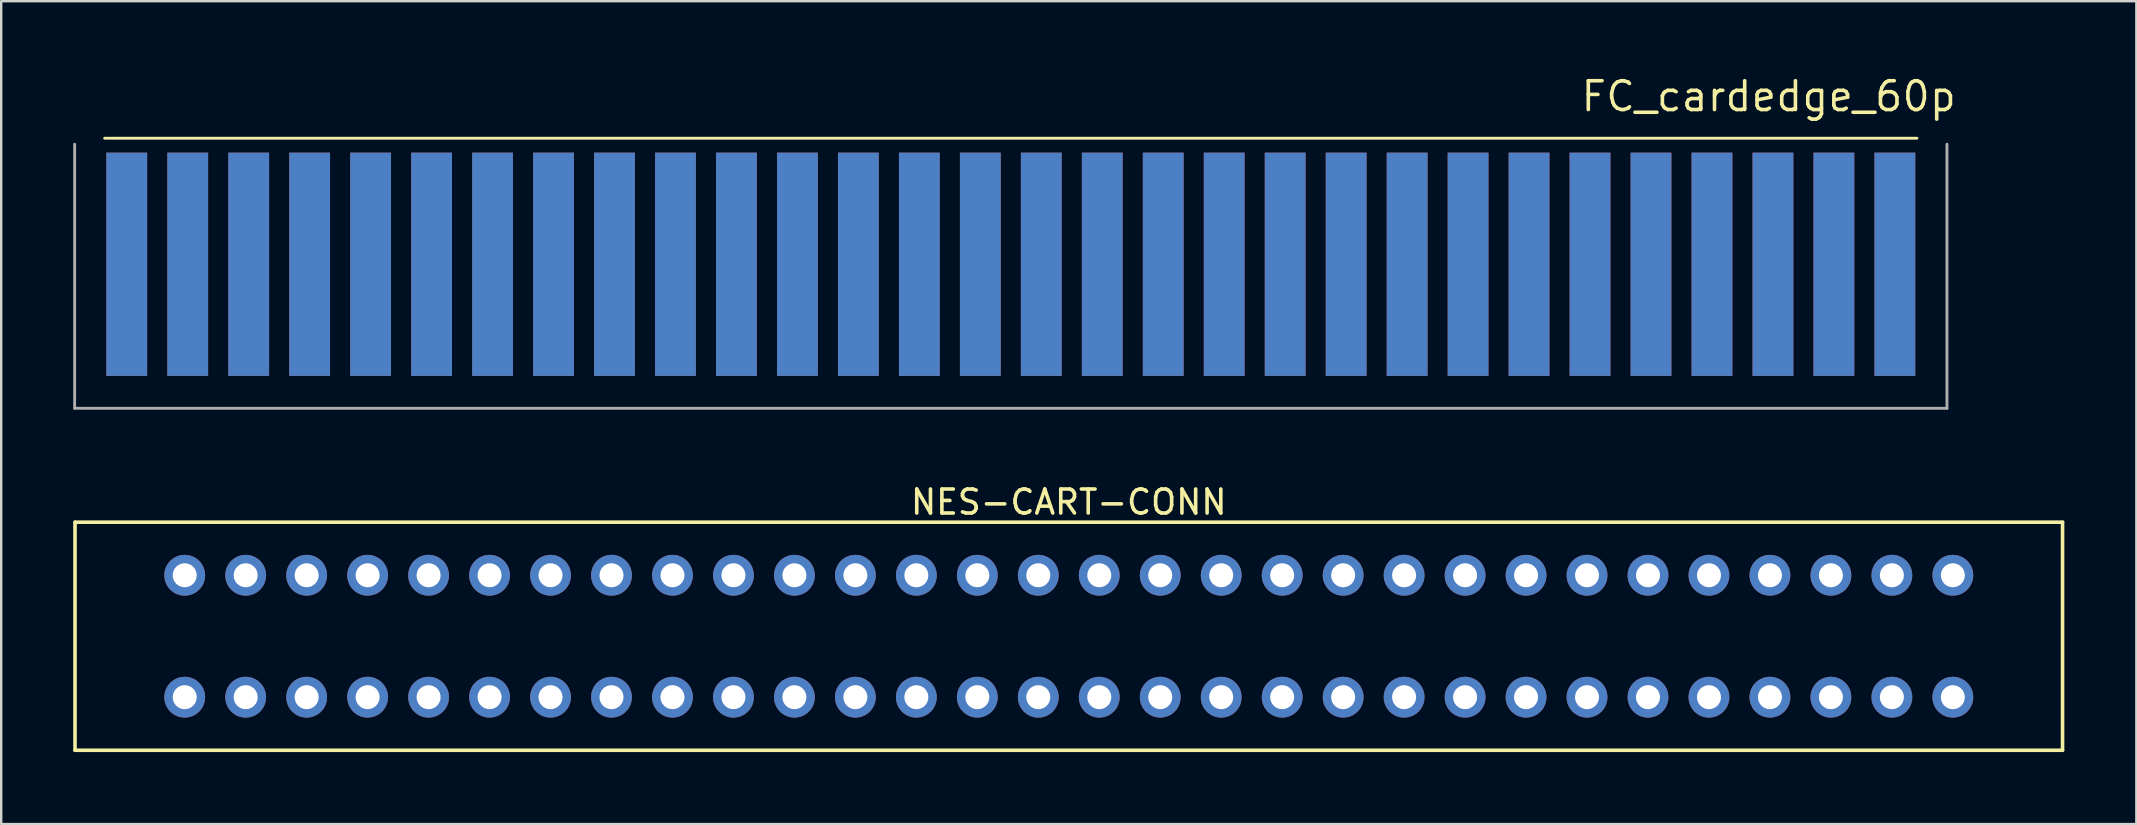
<source format=kicad_pcb>
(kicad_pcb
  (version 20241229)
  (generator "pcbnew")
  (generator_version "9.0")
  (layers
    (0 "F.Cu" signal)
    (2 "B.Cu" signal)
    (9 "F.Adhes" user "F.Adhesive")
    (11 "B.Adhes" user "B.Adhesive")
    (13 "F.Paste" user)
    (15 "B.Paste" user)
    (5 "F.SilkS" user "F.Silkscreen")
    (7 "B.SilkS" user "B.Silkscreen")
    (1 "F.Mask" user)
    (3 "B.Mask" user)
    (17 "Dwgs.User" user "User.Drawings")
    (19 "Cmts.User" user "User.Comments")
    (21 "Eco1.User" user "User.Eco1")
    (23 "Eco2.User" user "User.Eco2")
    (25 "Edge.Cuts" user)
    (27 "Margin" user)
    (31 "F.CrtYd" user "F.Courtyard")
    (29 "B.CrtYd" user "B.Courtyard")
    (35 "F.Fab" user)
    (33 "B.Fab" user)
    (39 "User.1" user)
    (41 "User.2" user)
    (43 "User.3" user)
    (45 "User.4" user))
  (footprint "NES-CART-CONN"
    (layer "F.Cu")
    (at 41.475 23.455)
    (property "Reference" "NES-CART-CONN" (at 0 -5.588 0) (layer "F.SilkS") (effects (font (size 1 1) (thickness 0.15))))
    (attr through_hole)
    (fp_line (start -41.4 -4.75) (end -41.4 4.75) (stroke (width 0.15) (type solid)) (layer "F.SilkS"))
    (fp_line (start -41.4 4.75) (end 41.4 4.75) (stroke (width 0.15) (type solid)) (layer "F.SilkS"))
    (fp_line (start 41.4 -4.75) (end -41.4 -4.75) (stroke (width 0.15) (type solid)) (layer "F.SilkS"))
    (fp_line (start 41.4 4.75) (end 41.4 -4.75) (stroke (width 0.15) (type solid)) (layer "F.SilkS"))
    (pad "1" thru_hole circle (at -36.83 2.54) (size 1.7 1.7) (drill 1) (layers "*.Cu" "*.Mask"))
    (pad "2" thru_hole circle (at -34.29 2.54) (size 1.7 1.7) (drill 1) (layers "*.Cu" "*.Mask"))
    (pad "3" thru_hole circle (at -31.75 2.54) (size 1.7 1.7) (drill 1) (layers "*.Cu" "*.Mask"))
    (pad "4" thru_hole circle (at -29.21 2.54) (size 1.7 1.7) (drill 1) (layers "*.Cu" "*.Mask"))
    (pad "5" thru_hole circle (at -26.67 2.54) (size 1.7 1.7) (drill 1) (layers "*.Cu" "*.Mask"))
    (pad "6" thru_hole circle (at -24.13 2.54) (size 1.7 1.7) (drill 1) (layers "*.Cu" "*.Mask"))
    (pad "7" thru_hole circle (at -21.59 2.54) (size 1.7 1.7) (drill 1) (layers "*.Cu" "*.Mask"))
    (pad "8" thru_hole circle (at -19.05 2.54) (size 1.7 1.7) (drill 1) (layers "*.Cu" "*.Mask"))
    (pad "9" thru_hole circle (at -16.51 2.54) (size 1.7 1.7) (drill 1) (layers "*.Cu" "*.Mask"))
    (pad "10" thru_hole circle (at -13.97 2.54) (size 1.7 1.7) (drill 1) (layers "*.Cu" "*.Mask"))
    (pad "11" thru_hole circle (at -11.43 2.54) (size 1.7 1.7) (drill 1) (layers "*.Cu" "*.Mask"))
    (pad "12" thru_hole circle (at -8.89 2.54) (size 1.7 1.7) (drill 1) (layers "*.Cu" "*.Mask"))
    (pad "13" thru_hole circle (at -6.35 2.54) (size 1.7 1.7) (drill 1) (layers "*.Cu" "*.Mask"))
    (pad "14" thru_hole circle (at -3.81 2.54) (size 1.7 1.7) (drill 1) (layers "*.Cu" "*.Mask"))
    (pad "15" thru_hole circle (at -1.27 2.54) (size 1.7 1.7) (drill 1) (layers "*.Cu" "*.Mask"))
    (pad "16" thru_hole circle (at 1.27 2.54) (size 1.7 1.7) (drill 1) (layers "*.Cu" "*.Mask"))
    (pad "17" thru_hole circle (at 3.81 2.54) (size 1.7 1.7) (drill 1) (layers "*.Cu" "*.Mask"))
    (pad "18" thru_hole circle (at 6.35 2.54) (size 1.7 1.7) (drill 1) (layers "*.Cu" "*.Mask"))
    (pad "19" thru_hole circle (at 8.89 2.54) (size 1.7 1.7) (drill 1) (layers "*.Cu" "*.Mask"))
    (pad "20" thru_hole circle (at 11.43 2.54) (size 1.7 1.7) (drill 1) (layers "*.Cu" "*.Mask"))
    (pad "21" thru_hole circle (at 13.97 2.54) (size 1.7 1.7) (drill 1) (layers "*.Cu" "*.Mask"))
    (pad "22" thru_hole circle (at 16.51 2.54) (size 1.7 1.7) (drill 1) (layers "*.Cu" "*.Mask"))
    (pad "23" thru_hole circle (at 19.05 2.54) (size 1.7 1.7) (drill 1) (layers "*.Cu" "*.Mask"))
    (pad "24" thru_hole circle (at 21.59 2.54) (size 1.7 1.7) (drill 1) (layers "*.Cu" "*.Mask"))
    (pad "25" thru_hole circle (at 24.13 2.54) (size 1.7 1.7) (drill 1) (layers "*.Cu" "*.Mask"))
    (pad "26" thru_hole circle (at 26.67 2.54) (size 1.7 1.7) (drill 1) (layers "*.Cu" "*.Mask"))
    (pad "27" thru_hole circle (at 29.21 2.54) (size 1.7 1.7) (drill 1) (layers "*.Cu" "*.Mask"))
    (pad "28" thru_hole circle (at 31.75 2.54) (size 1.7 1.7) (drill 1) (layers "*.Cu" "*.Mask"))
    (pad "29" thru_hole circle (at 34.29 2.54) (size 1.7 1.7) (drill 1) (layers "*.Cu" "*.Mask"))
    (pad "30" thru_hole circle (at 36.83 2.54) (size 1.7 1.7) (drill 1) (layers "*.Cu" "*.Mask"))
    (pad "31" thru_hole circle (at -36.83 -2.54) (size 1.7 1.7) (drill 1) (layers "*.Cu" "*.Mask"))
    (pad "32" thru_hole circle (at -34.29 -2.54) (size 1.7 1.7) (drill 1) (layers "*.Cu" "*.Mask"))
    (pad "33" thru_hole circle (at -31.75 -2.54) (size 1.7 1.7) (drill 1) (layers "*.Cu" "*.Mask"))
    (pad "34" thru_hole circle (at -29.21 -2.54) (size 1.7 1.7) (drill 1) (layers "*.Cu" "*.Mask"))
    (pad "35" thru_hole circle (at -26.67 -2.54) (size 1.7 1.7) (drill 1) (layers "*.Cu" "*.Mask"))
    (pad "36" thru_hole circle (at -24.13 -2.54) (size 1.7 1.7) (drill 1) (layers "*.Cu" "*.Mask"))
    (pad "37" thru_hole circle (at -21.59 -2.54) (size 1.7 1.7) (drill 1) (layers "*.Cu" "*.Mask"))
    (pad "38" thru_hole circle (at -19.05 -2.54) (size 1.7 1.7) (drill 1) (layers "*.Cu" "*.Mask"))
    (pad "39" thru_hole circle (at -16.51 -2.54) (size 1.7 1.7) (drill 1) (layers "*.Cu" "*.Mask"))
    (pad "40" thru_hole circle (at -13.97 -2.54) (size 1.7 1.7) (drill 1) (layers "*.Cu" "*.Mask"))
    (pad "41" thru_hole circle (at -11.43 -2.54) (size 1.7 1.7) (drill 1) (layers "*.Cu" "*.Mask"))
    (pad "42" thru_hole circle (at -8.89 -2.54) (size 1.7 1.7) (drill 1) (layers "*.Cu" "*.Mask"))
    (pad "43" thru_hole circle (at -6.35 -2.54) (size 1.7 1.7) (drill 1) (layers "*.Cu" "*.Mask"))
    (pad "44" thru_hole circle (at -3.81 -2.54) (size 1.7 1.7) (drill 1) (layers "*.Cu" "*.Mask"))
    (pad "45" thru_hole circle (at -1.27 -2.54) (size 1.7 1.7) (drill 1) (layers "*.Cu" "*.Mask"))
    (pad "46" thru_hole circle (at 1.27 -2.54) (size 1.7 1.7) (drill 1) (layers "*.Cu" "*.Mask"))
    (pad "47" thru_hole circle (at 3.81 -2.54) (size 1.7 1.7) (drill 1) (layers "*.Cu" "*.Mask"))
    (pad "48" thru_hole circle (at 6.35 -2.54) (size 1.7 1.7) (drill 1) (layers "*.Cu" "*.Mask"))
    (pad "49" thru_hole circle (at 8.89 -2.54) (size 1.7 1.7) (drill 1) (layers "*.Cu" "*.Mask"))
    (pad "50" thru_hole circle (at 11.43 -2.54) (size 1.7 1.7) (drill 1) (layers "*.Cu" "*.Mask"))
    (pad "51" thru_hole circle (at 13.97 -2.54) (size 1.7 1.7) (drill 1) (layers "*.Cu" "*.Mask"))
    (pad "52" thru_hole circle (at 16.51 -2.54) (size 1.7 1.7) (drill 1) (layers "*.Cu" "*.Mask"))
    (pad "53" thru_hole circle (at 19.05 -2.54) (size 1.7 1.7) (drill 1) (layers "*.Cu" "*.Mask"))
    (pad "54" thru_hole circle (at 21.59 -2.54) (size 1.7 1.7) (drill 1) (layers "*.Cu" "*.Mask"))
    (pad "55" thru_hole circle (at 24.13 -2.54) (size 1.7 1.7) (drill 1) (layers "*.Cu" "*.Mask"))
    (pad "56" thru_hole circle (at 26.67 -2.54) (size 1.7 1.7) (drill 1) (layers "*.Cu" "*.Mask"))
    (pad "57" thru_hole circle (at 29.21 -2.54) (size 1.7 1.7) (drill 1) (layers "*.Cu" "*.Mask"))
    (pad "58" thru_hole circle (at 31.75 -2.54) (size 1.7 1.7) (drill 1) (layers "*.Cu" "*.Mask"))
    (pad "59" thru_hole circle (at 34.29 -2.54) (size 1.7 1.7) (drill 1) (layers "*.Cu" "*.Mask"))
    (pad "60" thru_hole circle (at 36.83 -2.54) (size 1.7 1.7) (drill 1) (layers "*.Cu" "*.Mask")))
  (footprint "FC_cardedge_60p"
    (layer "F.Cu")
    (at 39.06 7.959)
    (property "Reference" "FC_cardedge_60p" (at 31.573 -6.994 0) (layer "F.SilkS") (effects (font (size 1.2 1.2) (thickness 0.15))))
    (attr through_hole)
    (fp_poly (pts (xy 39 -5) (xy 39 5.969) (xy -39 5.969) (xy -39 -5)) (stroke (width 0.1) (type solid)) (fill yes) (layer "F.Mask"))
    (fp_poly (pts (xy 39 6) (xy -39 6) (xy -39 -5) (xy 39 -5)) (stroke (width 0.1) (type solid)) (fill yes) (layer "B.Mask"))
    (fp_line (start -37.75 -5.25) (end 37.75 -5.25) (stroke (width 0.12) (type solid)) (layer "F.SilkS"))
    (fp_line (start -39 -5) (end -39 6) (stroke (width 0.12) (type solid)) (layer "F.Fab"))
    (fp_line (start -39 6) (end 39 6) (stroke (width 0.12) (type solid)) (layer "F.Fab"))
    (fp_line (start 39 6) (end 39 -5) (stroke (width 0.12) (type solid)) (layer "F.Fab"))
    (pad "1" smd rect (at -36.83 0) (size 1.7 9.3) (layers "F.Cu" "F.Mask"))
    (pad "2" smd rect (at -34.29 0) (size 1.7 9.3) (layers "F.Cu" "F.Mask"))
    (pad "3" smd rect (at -31.75 0) (size 1.7 9.3) (layers "F.Cu" "F.Mask"))
    (pad "4" smd rect (at -29.21 0) (size 1.7 9.3) (layers "F.Cu" "F.Mask"))
    (pad "5" smd rect (at -26.67 0) (size 1.7 9.3) (layers "F.Cu" "F.Mask"))
    (pad "6" smd rect (at -24.13 0) (size 1.7 9.3) (layers "F.Cu" "F.Mask"))
    (pad "7" smd rect (at -21.59 0) (size 1.7 9.3) (layers "F.Cu" "F.Mask"))
    (pad "8" smd rect (at -19.05 0) (size 1.7 9.3) (layers "F.Cu" "F.Mask"))
    (pad "9" smd rect (at -16.51 0) (size 1.7 9.3) (layers "F.Cu" "F.Mask"))
    (pad "10" smd rect (at -13.97 0) (size 1.7 9.3) (layers "F.Cu" "F.Mask"))
    (pad "11" smd rect (at -11.43 0) (size 1.7 9.3) (layers "F.Cu" "F.Mask"))
    (pad "12" smd rect (at -8.89 0) (size 1.7 9.3) (layers "F.Cu" "F.Mask"))
    (pad "13" smd rect (at -6.35 0) (size 1.7 9.3) (layers "F.Cu" "F.Mask"))
    (pad "14" smd rect (at -3.81 0) (size 1.7 9.3) (layers "F.Cu" "F.Mask"))
    (pad "15" smd rect (at -1.27 0) (size 1.7 9.3) (layers "F.Cu" "F.Mask"))
    (pad "16" smd rect (at 1.27 0) (size 1.7 9.3) (layers "F.Cu" "F.Mask"))
    (pad "17" smd rect (at 3.81 0) (size 1.7 9.3) (layers "F.Cu" "F.Mask"))
    (pad "18" smd rect (at 6.35 0) (size 1.7 9.3) (layers "F.Cu" "F.Mask"))
    (pad "19" smd rect (at 8.89 0) (size 1.7 9.3) (layers "F.Cu" "F.Mask"))
    (pad "20" smd rect (at 11.43 0) (size 1.7 9.3) (layers "F.Cu" "F.Mask"))
    (pad "21" smd rect (at 13.97 0) (size 1.7 9.3) (layers "F.Cu" "F.Mask"))
    (pad "22" smd rect (at 16.51 0) (size 1.7 9.3) (layers "F.Cu" "F.Mask"))
    (pad "23" smd rect (at 19.05 0) (size 1.7 9.3) (layers "F.Cu" "F.Mask"))
    (pad "24" smd rect (at 21.59 0) (size 1.7 9.3) (layers "F.Cu" "F.Mask"))
    (pad "25" smd rect (at 24.13 0) (size 1.7 9.3) (layers "F.Cu" "F.Mask"))
    (pad "26" smd rect (at 26.67 0) (size 1.7 9.3) (layers "F.Cu" "F.Mask"))
    (pad "27" smd rect (at 29.21 0) (size 1.7 9.3) (layers "F.Cu" "F.Mask"))
    (pad "28" smd rect (at 31.75 0) (size 1.7 9.3) (layers "F.Cu" "F.Mask"))
    (pad "29" smd rect (at 34.29 0) (size 1.7 9.3) (layers "F.Cu" "F.Mask"))
    (pad "30" smd rect (at 36.83 0) (size 1.7 9.3) (layers "F.Cu" "F.Mask"))
    (pad "31" smd rect (at -36.83 0) (size 1.7 9.3) (layers "B.Cu" "B.Mask"))
    (pad "32" smd rect (at -34.29 0) (size 1.7 9.3) (layers "B.Cu" "B.Mask"))
    (pad "33" smd rect (at -31.75 0) (size 1.7 9.3) (layers "B.Cu" "B.Mask"))
    (pad "34" smd rect (at -29.21 0) (size 1.7 9.3) (layers "B.Cu" "B.Mask"))
    (pad "35" smd rect (at -26.67 0) (size 1.7 9.3) (layers "B.Cu" "B.Mask"))
    (pad "36" smd rect (at -24.13 0) (size 1.7 9.3) (layers "B.Cu" "B.Mask"))
    (pad "37" smd rect (at -21.59 0) (size 1.7 9.3) (layers "B.Cu" "B.Mask"))
    (pad "38" smd rect (at -19.05 0) (size 1.7 9.3) (layers "B.Cu" "B.Mask"))
    (pad "39" smd rect (at -16.51 0) (size 1.7 9.3) (layers "B.Cu" "B.Mask"))
    (pad "40" smd rect (at -13.97 0) (size 1.7 9.3) (layers "B.Cu" "B.Mask"))
    (pad "41" smd rect (at -11.43 0) (size 1.7 9.3) (layers "B.Cu" "B.Mask"))
    (pad "42" smd rect (at -8.89 0) (size 1.7 9.3) (layers "B.Cu" "B.Mask"))
    (pad "43" smd rect (at -6.35 0) (size 1.7 9.3) (layers "B.Cu" "B.Mask"))
    (pad "44" smd rect (at -3.81 0) (size 1.7 9.3) (layers "B.Cu" "B.Mask"))
    (pad "45" smd rect (at -1.27 0) (size 1.7 9.3) (layers "B.Cu" "B.Mask"))
    (pad "46" smd rect (at 1.27 0) (size 1.7 9.3) (layers "B.Cu" "B.Mask"))
    (pad "47" smd rect (at 3.81 0) (size 1.7 9.3) (layers "B.Cu" "B.Mask"))
    (pad "48" smd rect (at 6.35 0) (size 1.7 9.3) (layers "B.Cu" "B.Mask"))
    (pad "49" smd rect (at 8.89 0) (size 1.7 9.3) (layers "B.Cu" "B.Mask"))
    (pad "50" smd rect (at 11.43 0) (size 1.7 9.3) (layers "B.Cu" "B.Mask"))
    (pad "51" smd rect (at 13.97 0) (size 1.7 9.3) (layers "B.Cu" "B.Mask"))
    (pad "52" smd rect (at 16.51 0) (size 1.7 9.3) (layers "B.Cu" "B.Mask"))
    (pad "53" smd rect (at 19.05 0) (size 1.7 9.3) (layers "B.Cu" "B.Mask"))
    (pad "54" smd rect (at 21.59 0) (size 1.7 9.3) (layers "B.Cu" "B.Mask"))
    (pad "55" smd rect (at 24.13 0) (size 1.7 9.3) (layers "B.Cu" "B.Mask"))
    (pad "56" smd rect (at 26.67 0) (size 1.7 9.3) (layers "B.Cu" "B.Mask"))
    (pad "57" smd rect (at 29.21 0) (size 1.7 9.3) (layers "B.Cu" "B.Mask"))
    (pad "58" smd rect (at 31.75 0) (size 1.7 9.3) (layers "B.Cu" "B.Mask"))
    (pad "59" smd rect (at 34.29 0) (size 1.7 9.3) (layers "B.Cu" "B.Mask"))
    (pad "60" smd rect (at 36.83 0) (size 1.7 9.3) (layers "B.Cu" "B.Mask")))
  (gr_rect
    (start -3 -3)
    (end 85.95 31.28)
    (stroke (width 0.1) (type default))
    (fill no)
    (layer "Edge.Cuts")))
</source>
